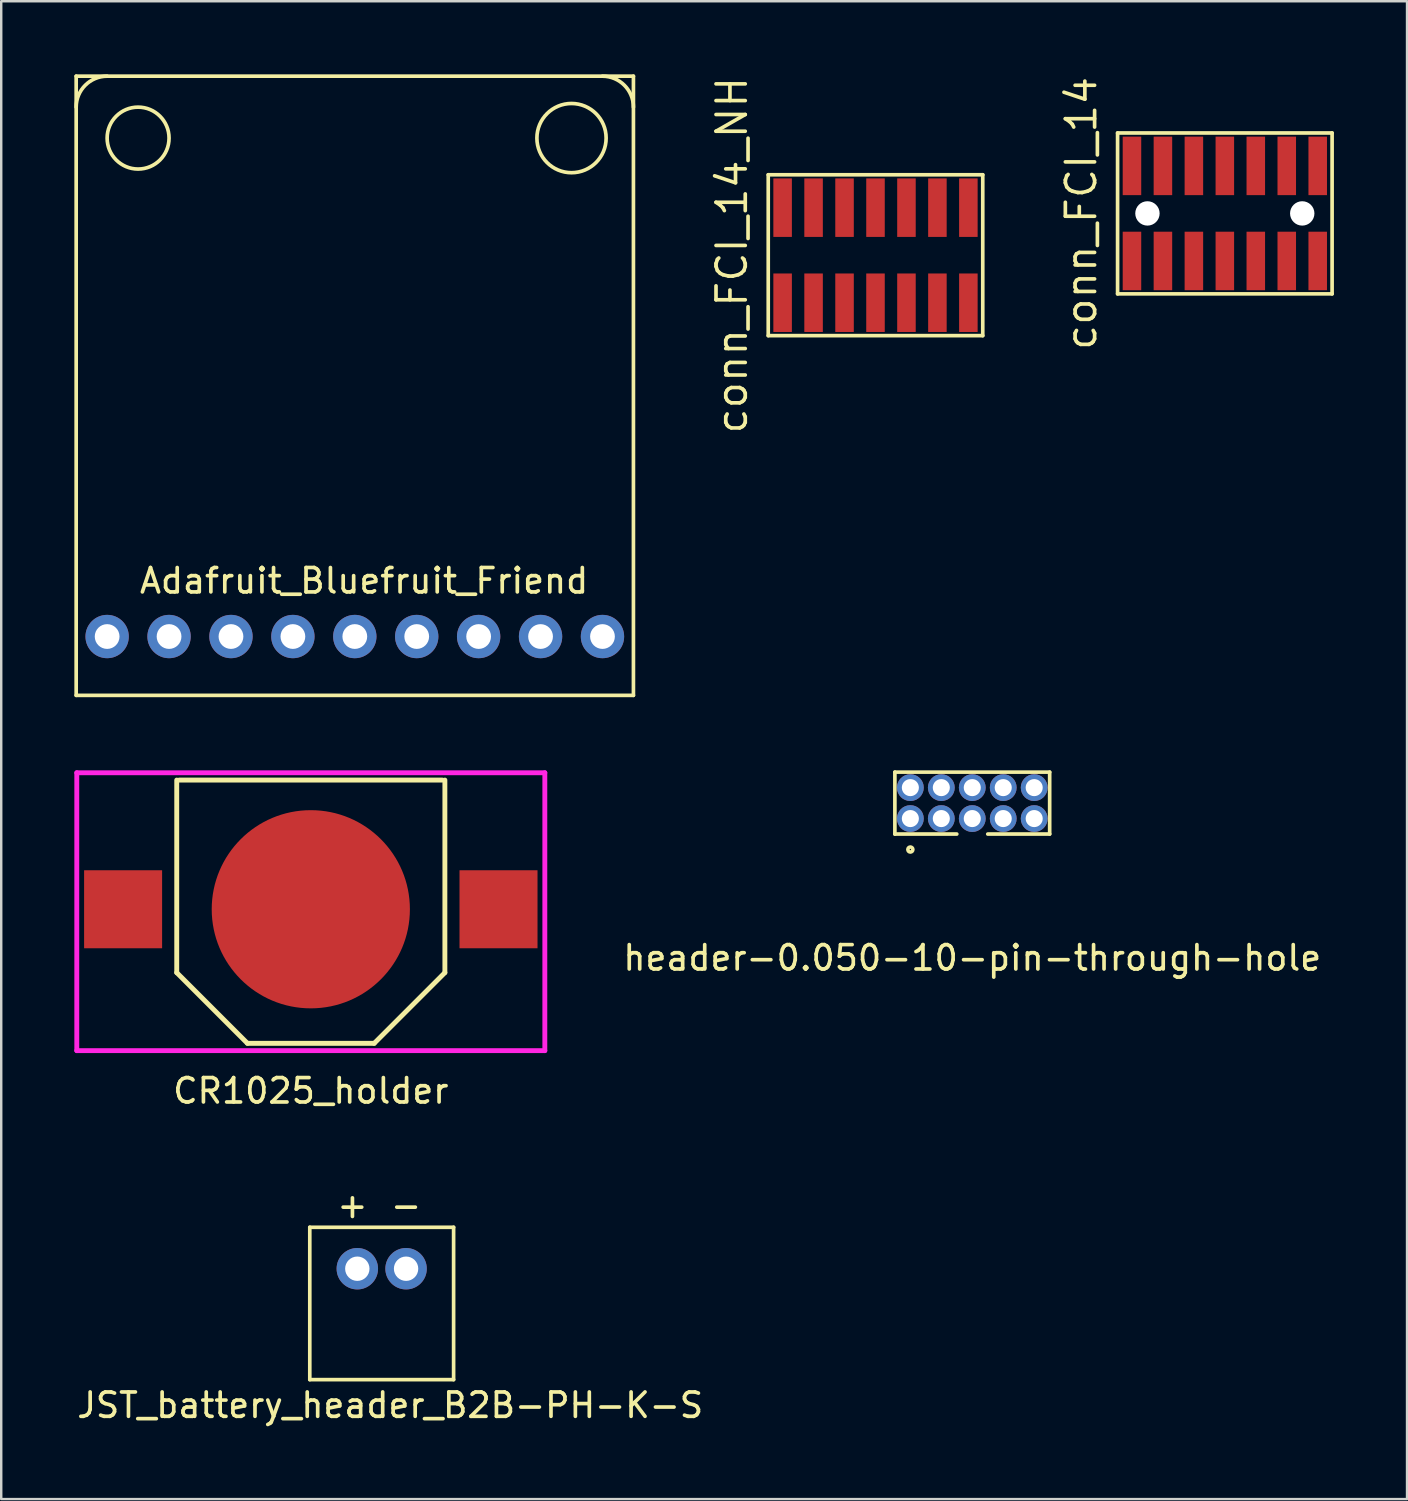
<source format=kicad_pcb>
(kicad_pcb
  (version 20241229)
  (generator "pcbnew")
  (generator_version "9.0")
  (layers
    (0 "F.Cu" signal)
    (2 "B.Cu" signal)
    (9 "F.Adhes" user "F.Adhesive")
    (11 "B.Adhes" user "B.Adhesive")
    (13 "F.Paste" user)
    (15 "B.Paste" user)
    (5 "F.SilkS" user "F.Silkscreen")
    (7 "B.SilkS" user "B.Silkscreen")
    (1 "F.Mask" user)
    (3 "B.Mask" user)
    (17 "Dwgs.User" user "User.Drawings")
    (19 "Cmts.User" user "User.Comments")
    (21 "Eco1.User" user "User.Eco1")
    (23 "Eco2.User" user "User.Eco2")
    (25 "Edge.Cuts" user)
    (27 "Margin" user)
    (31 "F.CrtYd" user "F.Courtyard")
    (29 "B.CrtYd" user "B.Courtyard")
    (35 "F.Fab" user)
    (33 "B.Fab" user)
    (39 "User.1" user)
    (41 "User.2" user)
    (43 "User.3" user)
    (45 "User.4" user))
  (footprint "CR1025_holder"
    (layer "F.Cu")
    (at 9.7 34.25)
    (property "Reference" "CR1025_holder" (at 0 7.45 0) (layer "F.SilkS") (effects (font (size 1 1) (thickness 0.15))))
    (attr through_hole)
    (fp_line (start -5.5 -5.3) (end -5.5 2.6) (stroke (width 0.2) (type solid)) (layer "F.SilkS"))
    (fp_line (start -5.4 -5.3) (end 5.4 -5.3) (stroke (width 0.2) (type solid)) (layer "F.SilkS"))
    (fp_line (start -2.6 5.5) (end -5.5 2.6) (stroke (width 0.2) (type solid)) (layer "F.SilkS"))
    (fp_line (start -2.6 5.5) (end 2.6 5.5) (stroke (width 0.2) (type solid)) (layer "F.SilkS"))
    (fp_line (start 2.6 5.5) (end 5.5 2.6) (stroke (width 0.2) (type solid)) (layer "F.SilkS"))
    (fp_line (start 5.5 -5.3) (end 5.5 2.6) (stroke (width 0.2) (type solid)) (layer "F.SilkS"))
    (fp_line (start -9.6 -5.6) (end 9.6 -5.6) (stroke (width 0.2) (type solid)) (layer "F.CrtYd"))
    (fp_line (start -9.6 5.8) (end -9.6 -5.6) (stroke (width 0.2) (type solid)) (layer "F.CrtYd"))
    (fp_line (start 9.6 -5.6) (end 9.6 5.8) (stroke (width 0.2) (type solid)) (layer "F.CrtYd"))
    (fp_line (start 9.6 5.8) (end -9.6 5.8) (stroke (width 0.2) (type solid)) (layer "F.CrtYd"))
    (pad "+" smd rect (at -7.7 0) (size 3.2 3.2) (layers "F.Cu" "F.Mask" "F.Paste"))
    (pad "+" smd rect (at 7.7 0) (size 3.2 3.2) (layers "F.Cu" "F.Mask" "F.Paste"))
    (pad "-" smd circle (at 0 0) (size 8.13 8.13) (layers "F.Cu" "F.Mask" "F.Paste")))
  (footprint "conn_FCI_14_NH"
    (layer "F.Cu")
    (at 32.865 7.419)
    (property "Reference" "conn_FCI_14_NH" (at -5.89 0 90) (layer "F.SilkS") (effects (font (size 1.2 1.2) (thickness 0.15))))
    (attr through_hole)
    (fp_line (start -4.4 -3.3) (end -4.4 3.3) (stroke (width 0.15) (type solid)) (layer "F.SilkS"))
    (fp_line (start -4.4 3.3) (end 4.4 3.3) (stroke (width 0.15) (type solid)) (layer "F.SilkS"))
    (fp_line (start 4.4 -3.3) (end -4.4 -3.3) (stroke (width 0.15) (type solid)) (layer "F.SilkS"))
    (fp_line (start 4.4 3.3) (end 4.4 -3.3) (stroke (width 0.15) (type solid)) (layer "F.SilkS"))
    (pad "1" smd rect (at -3.81 1.95) (size 0.76 2.4) (layers "F.Cu" "F.Mask" "F.Paste"))
    (pad "2" smd rect (at -3.81 -1.95) (size 0.76 2.4) (layers "F.Cu" "F.Mask" "F.Paste"))
    (pad "3" smd rect (at -2.54 1.95) (size 0.76 2.4) (layers "F.Cu" "F.Mask" "F.Paste"))
    (pad "4" smd rect (at -2.54 -1.95) (size 0.76 2.4) (layers "F.Cu" "F.Mask" "F.Paste"))
    (pad "5" smd rect (at -1.27 1.95) (size 0.76 2.4) (layers "F.Cu" "F.Mask" "F.Paste"))
    (pad "6" smd rect (at -1.27 -1.95) (size 0.76 2.4) (layers "F.Cu" "F.Mask" "F.Paste"))
    (pad "7" smd rect (at 0 1.95) (size 0.76 2.4) (layers "F.Cu" "F.Mask" "F.Paste"))
    (pad "8" smd rect (at 0 -1.95) (size 0.76 2.4) (layers "F.Cu" "F.Mask" "F.Paste"))
    (pad "9" smd rect (at 1.27 1.95) (size 0.76 2.4) (layers "F.Cu" "F.Mask" "F.Paste"))
    (pad "10" smd rect (at 1.27 -1.95) (size 0.76 2.4) (layers "F.Cu" "F.Mask" "F.Paste"))
    (pad "11" smd rect (at 2.54 1.95) (size 0.76 2.4) (layers "F.Cu" "F.Mask" "F.Paste"))
    (pad "12" smd rect (at 2.54 -1.95) (size 0.76 2.4) (layers "F.Cu" "F.Mask" "F.Paste"))
    (pad "13" smd rect (at 3.81 1.95) (size 0.76 2.4) (layers "F.Cu" "F.Mask" "F.Paste"))
    (pad "14" smd rect (at 3.81 -1.95) (size 0.76 2.4) (layers "F.Cu" "F.Mask" "F.Paste")))
  (footprint "Adafruit_Bluefruit_Friend"
    (layer "F.Cu")
    (at 11.505 12.775)
    (property "Reference" "Adafruit_Bluefruit_Friend" (at 0.381 8.001 0) (layer "F.SilkS") (effects (font (size 1 1) (thickness 0.15))))
    (attr through_hole)
    (fp_line (start -11.43 -12.7) (end -11.43 12.7) (stroke (width 0.15) (type solid)) (layer "F.SilkS"))
    (fp_line (start -11.43 12.7) (end 11.43 12.7) (stroke (width 0.15) (type solid)) (layer "F.SilkS"))
    (fp_line (start 11.43 -12.7) (end -11.43 -12.7) (stroke (width 0.15) (type solid)) (layer "F.SilkS"))
    (fp_line (start 11.43 12.7) (end 11.43 -12.7) (stroke (width 0.15) (type solid)) (layer "F.SilkS"))
    (fp_arc (start -11.43 -11.43) (mid -11.058026 -12.328026) (end -10.16 -12.7) (stroke (width 0.15) (type solid)) (layer "F.SilkS"))
    (fp_arc (start 10.16 -12.7) (mid 11.058026 -12.328026) (end 11.43 -11.43) (stroke (width 0.15) (type solid)) (layer "F.SilkS"))
    (fp_circle (center -8.89 -10.16) (end -7.62 -10.16) (stroke (width 0.15) (type solid)) (fill no) (layer "F.SilkS"))
    (fp_circle (center 8.89 -10.16) (end 10.16 -10.795) (stroke (width 0.15) (type solid)) (fill no) (layer "F.SilkS"))
    (pad "1" thru_hole circle (at -10.16 10.287) (size 1.778 1.778) (drill 1.016) (layers "*.Cu" "*.Mask"))
    (pad "2" thru_hole circle (at -7.62 10.287) (size 1.778 1.778) (drill 1.016) (layers "*.Cu" "*.Mask"))
    (pad "3" thru_hole circle (at -5.08 10.287) (size 1.778 1.778) (drill 1.016) (layers "*.Cu" "*.Mask"))
    (pad "4" thru_hole circle (at -2.54 10.287) (size 1.778 1.778) (drill 1.016) (layers "*.Cu" "*.Mask"))
    (pad "5" thru_hole circle (at 0 10.287) (size 1.778 1.778) (drill 1.016) (layers "*.Cu" "*.Mask"))
    (pad "6" thru_hole circle (at 2.54 10.287) (size 1.778 1.778) (drill 1.016) (layers "*.Cu" "*.Mask"))
    (pad "7" thru_hole circle (at 5.08 10.287) (size 1.778 1.778) (drill 1.016) (layers "*.Cu" "*.Mask"))
    (pad "8" thru_hole circle (at 7.62 10.287) (size 1.778 1.778) (drill 1.016) (layers "*.Cu" "*.Mask"))
    (pad "9" thru_hole circle (at 10.16 10.287) (size 1.778 1.778) (drill 1.016) (layers "*.Cu" "*.Mask")))
  (footprint "JST_battery_header_B2B-PH-K-S"
    (layer "F.Cu")
    (at 12.608 48.996)
    (property "Reference" "JST_battery_header_B2B-PH-K-S" (at 0.35 5.6 0) (layer "F.SilkS") (effects (font (size 1 1) (thickness 0.15))))
    (attr through_hole)
    (fp_line (start -2.95 -1.7) (end -2.95 4.55) (stroke (width 0.15) (type solid)) (layer "F.SilkS"))
    (fp_line (start -2.95 4.55) (end 2.95 4.55) (stroke (width 0.15) (type solid)) (layer "F.SilkS"))
    (fp_line (start 2.95 -1.7) (end -2.95 -1.7) (stroke (width 0.15) (type solid)) (layer "F.SilkS"))
    (fp_line (start 2.95 4.55) (end 2.95 -1.7) (stroke (width 0.15) (type solid)) (layer "F.SilkS"))
    (fp_text user "+" (at -1.2 -2.6 0) (layer "F.SilkS") (effects (font (size 1 1) (thickness 0.15))))
    (fp_text user "-" (at 1 -2.6 0) (layer "F.SilkS") (effects (font (size 1 1) (thickness 0.15))))
    (pad "1" thru_hole circle (at -1 0) (size 1.7 1.7) (drill 1) (layers "*.Cu" "*.Mask"))
    (pad "2" thru_hole circle (at 1 0) (size 1.7 1.7) (drill 1) (layers "*.Cu" "*.Mask")))
  (footprint "header-0.050-10-pin-through-hole"
    (layer "F.Cu")
    (at 36.835 29.895)
    (property "Reference" "header-0.050-10-pin-through-hole" (at 0 6.35 0) (layer "F.SilkS") (effects (font (size 1 1) (thickness 0.15))))
    (attr through_hole)
    (fp_line (start -3.175 -1.27) (end 3.175 -1.27) (stroke (width 0.15) (type solid)) (layer "F.SilkS"))
    (fp_line (start -3.175 1.27) (end -3.175 -1.27) (stroke (width 0.15) (type solid)) (layer "F.SilkS"))
    (fp_line (start -0.635 1.27) (end -3.175 1.27) (stroke (width 0.15) (type solid)) (layer "F.SilkS"))
    (fp_line (start 3.175 -1.27) (end 3.175 1.27) (stroke (width 0.15) (type solid)) (layer "F.SilkS"))
    (fp_line (start 3.175 1.27) (end 0.635 1.27) (stroke (width 0.15) (type solid)) (layer "F.SilkS"))
    (fp_circle (center -2.54 1.905) (end -2.441 1.88) (stroke (width 0.15) (type solid)) (fill no) (layer "F.SilkS"))
    (pad "1" thru_hole circle (at -2.54 0.635) (size 1.1 1.1) (drill 0.7) (layers "*.Cu" "*.Mask"))
    (pad "2" thru_hole circle (at -2.54 -0.635) (size 1.1 1.1) (drill 0.7) (layers "*.Cu" "*.Mask"))
    (pad "3" thru_hole circle (at -1.27 0.635) (size 1.1 1.1) (drill 0.7) (layers "*.Cu" "*.Mask"))
    (pad "4" thru_hole circle (at -1.27 -0.635) (size 1.1 1.1) (drill 0.7) (layers "*.Cu" "*.Mask"))
    (pad "5" thru_hole circle (at 0 0.635) (size 1.1 1.1) (drill 0.7) (layers "*.Cu" "*.Mask"))
    (pad "6" thru_hole circle (at 0 -0.635) (size 1.1 1.1) (drill 0.7) (layers "*.Cu" "*.Mask"))
    (pad "7" thru_hole circle (at 1.27 0.635) (size 1.1 1.1) (drill 0.7) (layers "*.Cu" "*.Mask"))
    (pad "8" thru_hole circle (at 1.27 -0.635) (size 1.1 1.1) (drill 0.7) (layers "*.Cu" "*.Mask"))
    (pad "9" thru_hole circle (at 2.54 0.635) (size 1.1 1.1) (drill 0.7) (layers "*.Cu" "*.Mask"))
    (pad "10" thru_hole circle (at 2.54 -0.635) (size 1.1 1.1) (drill 0.7) (layers "*.Cu" "*.Mask")))
  (footprint "conn_FCI_14"
    (layer "F.Cu")
    (at 47.196 5.705)
    (property "Reference" "conn_FCI_14" (at -5.89 0 90) (layer "F.SilkS") (effects (font (size 1.2 1.2) (thickness 0.15))))
    (attr through_hole)
    (fp_line (start -4.4 -3.3) (end -4.4 3.3) (stroke (width 0.15) (type solid)) (layer "F.SilkS"))
    (fp_line (start -4.4 3.3) (end 4.4 3.3) (stroke (width 0.15) (type solid)) (layer "F.SilkS"))
    (fp_line (start 4.4 -3.3) (end -4.4 -3.3) (stroke (width 0.15) (type solid)) (layer "F.SilkS"))
    (fp_line (start 4.4 3.3) (end 4.4 -3.3) (stroke (width 0.15) (type solid)) (layer "F.SilkS"))
    (pad "" np_thru_hole circle (at -3.175 0) (size 1 1) (drill 1) (layers "*.Cu" "*.Mask"))
    (pad "" np_thru_hole circle (at 3.175 0) (size 1 1) (drill 1) (layers "*.Cu" "*.Mask"))
    (pad "1" smd rect (at -3.81 1.95) (size 0.76 2.4) (layers "F.Cu" "F.Mask" "F.Paste"))
    (pad "2" smd rect (at -2.54 1.95) (size 0.76 2.4) (layers "F.Cu" "F.Mask" "F.Paste"))
    (pad "3" smd rect (at -1.27 1.95) (size 0.76 2.4) (layers "F.Cu" "F.Mask" "F.Paste"))
    (pad "4" smd rect (at 0 1.95) (size 0.76 2.4) (layers "F.Cu" "F.Mask" "F.Paste"))
    (pad "5" smd rect (at 1.27 1.95) (size 0.76 2.4) (layers "F.Cu" "F.Mask" "F.Paste"))
    (pad "6" smd rect (at 2.54 1.95) (size 0.76 2.4) (layers "F.Cu" "F.Mask" "F.Paste"))
    (pad "7" smd rect (at 3.81 1.95) (size 0.76 2.4) (layers "F.Cu" "F.Mask" "F.Paste"))
    (pad "8" smd rect (at 3.81 -1.95) (size 0.76 2.4) (layers "F.Cu" "F.Mask" "F.Paste"))
    (pad "9" smd rect (at 2.54 -1.95) (size 0.76 2.4) (layers "F.Cu" "F.Mask" "F.Paste"))
    (pad "10" smd rect (at 1.27 -1.95) (size 0.76 2.4) (layers "F.Cu" "F.Mask" "F.Paste"))
    (pad "11" smd rect (at 0 -1.95) (size 0.76 2.4) (layers "F.Cu" "F.Mask" "F.Paste"))
    (pad "12" smd rect (at -1.27 -1.95) (size 0.76 2.4) (layers "F.Cu" "F.Mask" "F.Paste"))
    (pad "13" smd rect (at -2.54 -1.95) (size 0.76 2.4) (layers "F.Cu" "F.Mask" "F.Paste"))
    (pad "14" smd rect (at -3.81 -1.95) (size 0.76 2.4) (layers "F.Cu" "F.Mask" "F.Paste")))
  (gr_rect
    (start -3 -3)
    (end 54.67 58.445)
    (stroke (width 0.1) (type default))
    (fill no)
    (layer "Edge.Cuts")))
</source>
